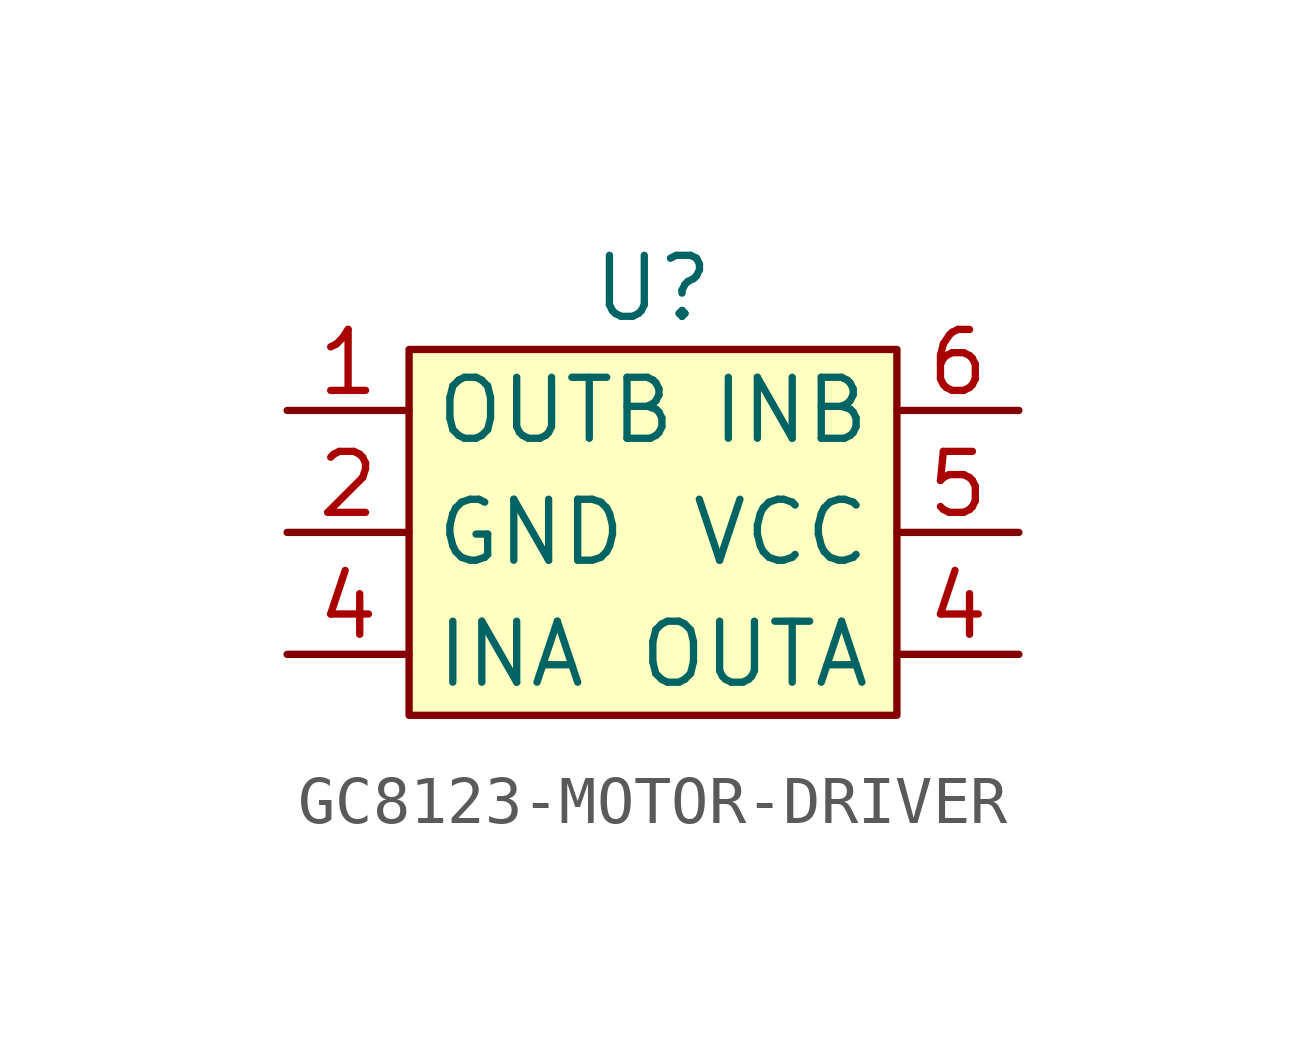
<source format=kicad_sym>
(kicad_symbol_lib
  (version 20241209)
  (generator "kicad_symbol_editor")
  (generator_version "9.0")
  (symbol "GC8123-MOTOR-DRIVER"
    (property "Reference" "U"
      (at 0 6.35 0)
      (effects (font (size 1.27 1.27))))
    (symbol "GC8123-MOTOR-DRIVER_1_1"
      (rectangle (start -5.08 5.08) (end 5.08 -2.54) (stroke (width 0) (type default)) (fill (type background)))
      (pin bidirectional line (at -7.62 3.81 0) (length 2.54) (name "OUTB" (effects (font (size 1.27 1.27)))) (number "1" (effects (font (size 1.27 1.27)))))
      (pin bidirectional line (at -7.62 1.27 0) (length 2.54) (name "GND" (effects (font (size 1.27 1.27)))) (number "2" (effects (font (size 1.27 1.27)))))
      (pin bidirectional line (at -7.62 -1.27 0) (length 2.54) (name "INA" (effects (font (size 1.27 1.27)))) (number "4" (effects (font (size 1.27 1.27)))))
      (pin bidirectional line (at 7.62 3.81 180) (length 2.54) (name "INB" (effects (font (size 1.27 1.27)))) (number "6" (effects (font (size 1.27 1.27)))))
      (pin bidirectional line (at 7.62 1.27 180) (length 2.54) (name "VCC" (effects (font (size 1.27 1.27)))) (number "5" (effects (font (size 1.27 1.27)))))
      (pin bidirectional line (at 7.62 -1.27 180) (length 2.54) (name "OUTA" (effects (font (size 1.27 1.27)))) (number "4" (effects (font (size 1.27 1.27))))))))
</source>
